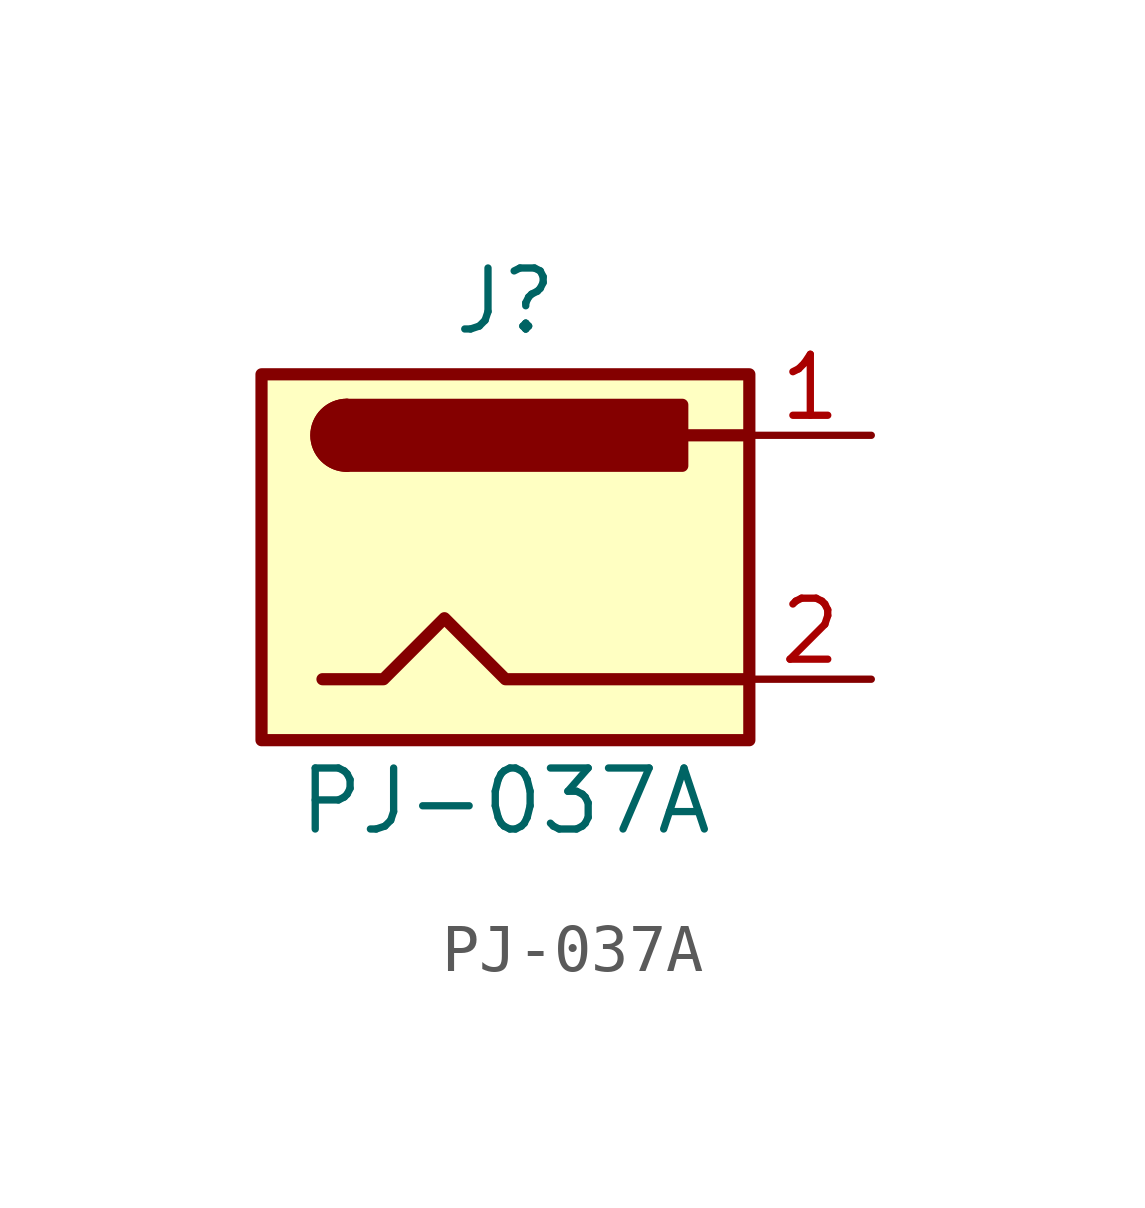
<source format=kicad_sym>
(kicad_symbol_lib
  (version 20220914)
  (generator kicad_symbol_editor)
  (symbol "PJ-037A"
    (pin_names
      (offset 1.016))
    (property "Reference" "J"
      (at 0 5.334 0)
      (effects (font (size 1.27 1.27))))
    (property "Value" "PJ-037A"
      (at 0 -5.08 0)
      (effects (font (size 1.27 1.27))))
    (symbol "PJ-037A_0_1"
      (rectangle (start -5.08 3.81) (end 5.08 -3.81) (stroke (width 0.254) (type default)) (fill (type background)))
      (arc (start -3.302 3.175) (mid -3.9343 2.54) (end -3.302 1.905) (stroke (width 0.254) (type default)) (fill (type none)))
      (arc (start -3.302 3.175) (mid -3.9343 2.54) (end -3.302 1.905) (stroke (width 0.254) (type default)) (fill (type outline)))
      (polyline (pts (xy 5.08 2.54) (xy 3.81 2.54)) (stroke (width 0.254) (type default)) (fill (type none)))
      (polyline (pts (xy -3.81 -2.54) (xy -2.54 -2.54) (xy -1.27 -1.27) (xy 0 -2.54) (xy 2.54 -2.54) (xy 5.08 -2.54)) (stroke (width 0.254) (type default)) (fill (type none)))
      (rectangle (start 3.683 3.175) (end -3.302 1.905) (stroke (width 0.254) (type default)) (fill (type outline))))
    (symbol "PJ-037A_1_1"
      (pin passive line (at 7.62 2.54 180) (length 2.54) (name "~" (effects (font (size 1.27 1.27)))) (number "1" (effects (font (size 1.27 1.27)))))
      (pin passive line (at 7.62 -2.54 180) (length 2.54) (name "~" (effects (font (size 1.27 1.27)))) (number "2" (effects (font (size 1.27 1.27))))))))
</source>
